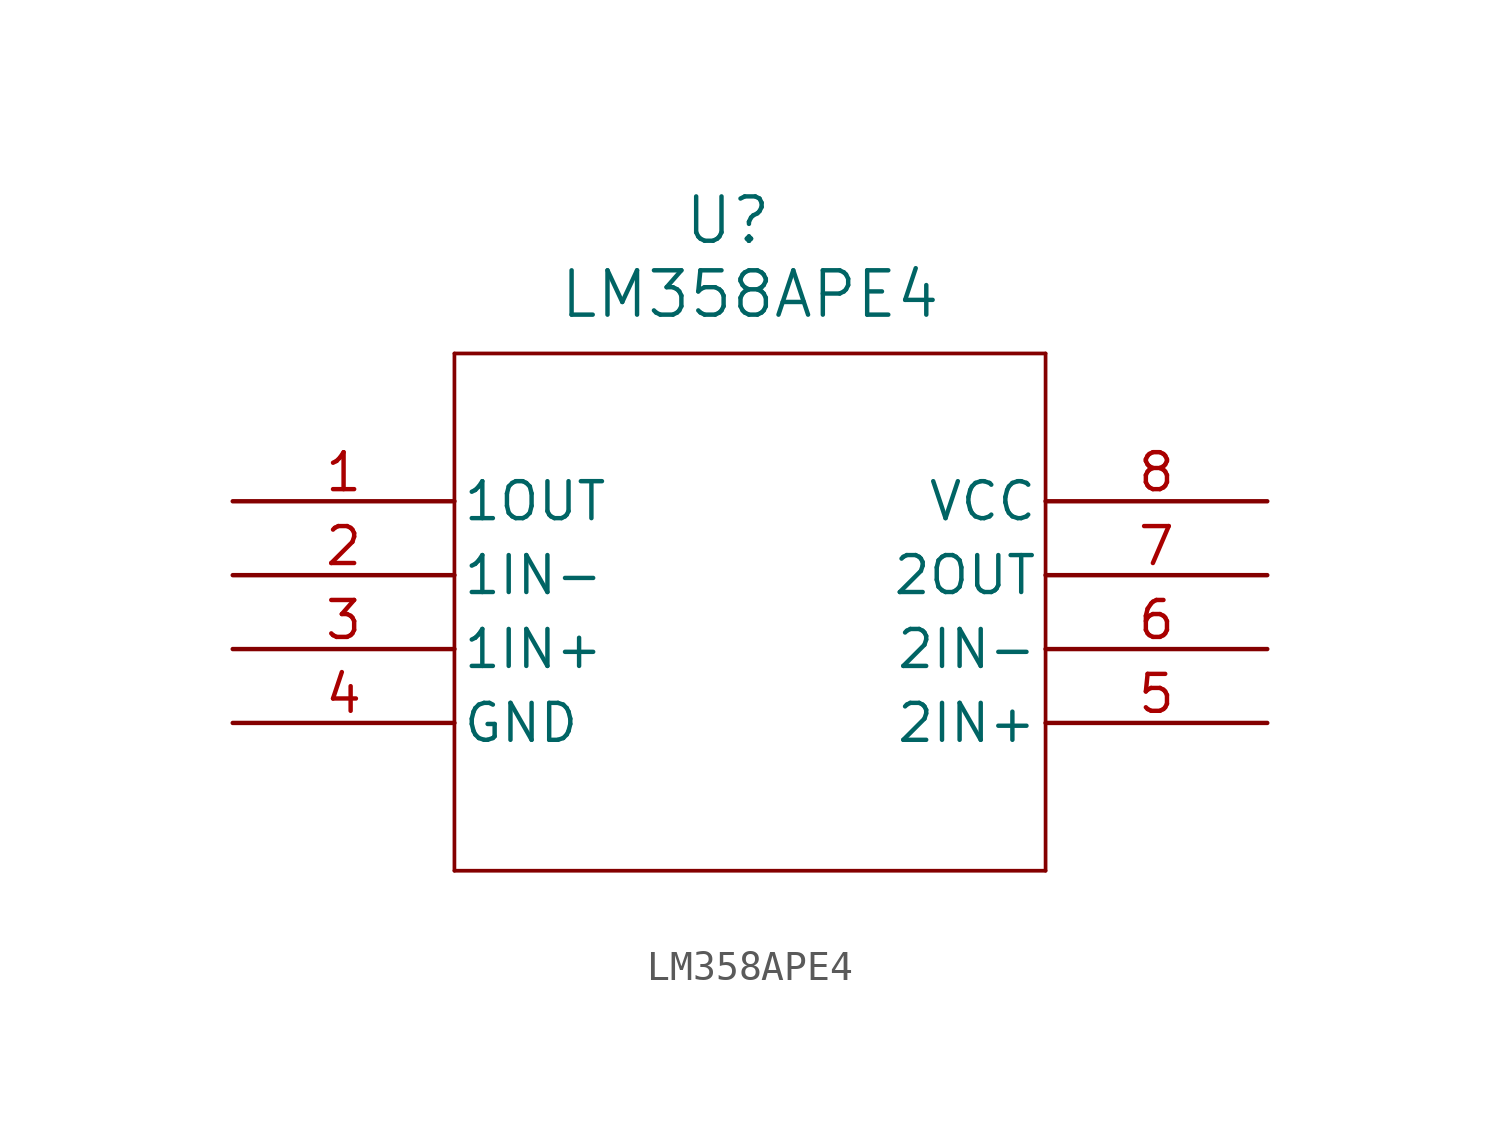
<source format=kicad_sym>
(kicad_symbol_lib
  (version 20231120)
  (generator "kicad_symbol_editor")
  (generator_version "8.0")
  (symbol "LM358APE4"
    (pin_names
      (offset 0.254))
    (property "Reference" "U"
      (at 17.018 9.652 0)
      (effects (font (size 1.524 1.524))))
    (property "Value" "LM358APE4"
      (at 17.78 7.112 0)
      (effects (font (size 1.524 1.524))))
    (property "ki_locked" ""
      (at 0 0 0)
      (effects (font (size 1.27 1.27))))
    (symbol "LM358APE4_0_1"
      (polyline (pts (xy 7.62 -12.7) (xy 27.94 -12.7)) (stroke (width 0.127) (type default)) (fill (type none)))
      (polyline (pts (xy 7.62 5.08) (xy 7.62 -12.7)) (stroke (width 0.127) (type default)) (fill (type none)))
      (polyline (pts (xy 27.94 -12.7) (xy 27.94 5.08)) (stroke (width 0.127) (type default)) (fill (type none)))
      (polyline (pts (xy 27.94 5.08) (xy 7.62 5.08)) (stroke (width 0.127) (type default)) (fill (type none)))
      (pin output line (at 0 0 0) (length 7.62) (name "1OUT" (effects (font (size 1.27 1.27)))) (number "1" (effects (font (size 1.27 1.27)))))
      (pin input line (at 0 -2.54 0) (length 7.62) (name "1IN-" (effects (font (size 1.27 1.27)))) (number "2" (effects (font (size 1.27 1.27)))))
      (pin input line (at 0 -5.08 0) (length 7.62) (name "1IN+" (effects (font (size 1.27 1.27)))) (number "3" (effects (font (size 1.27 1.27)))))
      (pin power_in line (at 0 -7.62 0) (length 7.62) (name "GND" (effects (font (size 1.27 1.27)))) (number "4" (effects (font (size 1.27 1.27)))))
      (pin input line (at 35.56 -7.62 180) (length 7.62) (name "2IN+" (effects (font (size 1.27 1.27)))) (number "5" (effects (font (size 1.27 1.27)))))
      (pin input line (at 35.56 -5.08 180) (length 7.62) (name "2IN-" (effects (font (size 1.27 1.27)))) (number "6" (effects (font (size 1.27 1.27)))))
      (pin output line (at 35.56 -2.54 180) (length 7.62) (name "2OUT" (effects (font (size 1.27 1.27)))) (number "7" (effects (font (size 1.27 1.27)))))
      (pin power_in line (at 35.56 0 180) (length 7.62) (name "VCC" (effects (font (size 1.27 1.27)))) (number "8" (effects (font (size 1.27 1.27))))))))
</source>
